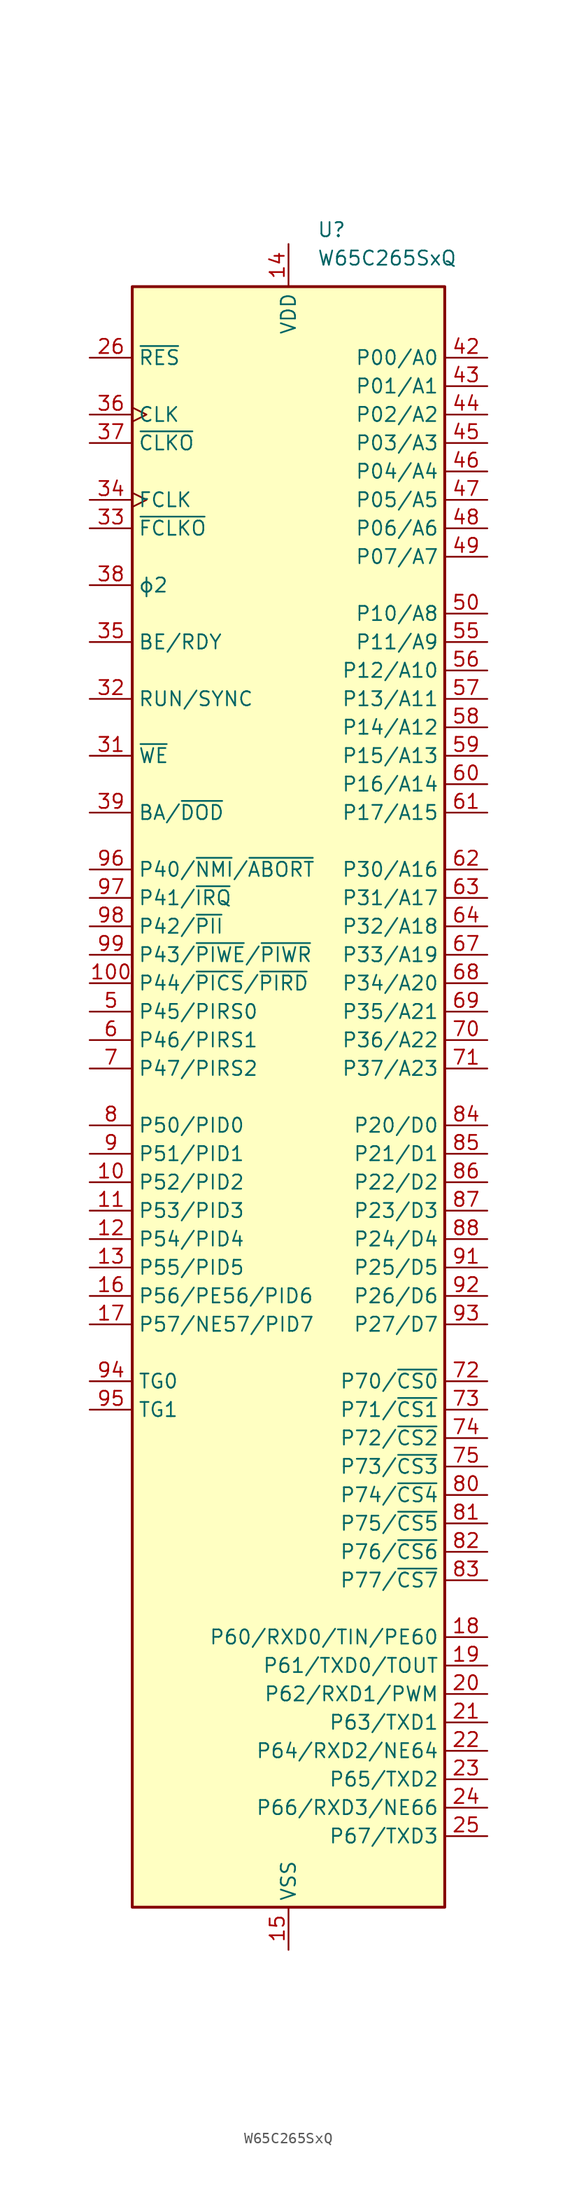
<source format=kicad_sym>
(kicad_symbol_lib
  (version 20220914)
  (generator kicad_symbol_editor)
  (symbol "W65C265SxQ"
    (property "Reference" "U"
      (at 2.54 77.47 0)
      (effects (font (size 1.27 1.27)) (justify left)))
    (property "Value" "W65C265SxQ"
      (at 2.54 74.93 0)
      (effects (font (size 1.27 1.27)) (justify left)))
    (symbol "W65C265SxQ_0_1"
      (rectangle (start -13.97 72.39) (end 13.97 -72.39) (stroke (width 0.254) (type default)) (fill (type background))))
    (symbol "W65C265SxQ_1_1"
      (pin no_connect non_logic (at -13.97 -30.48 0) (length 2.54) hide (name "nc" (effects (font (size 1.27 1.27)))) (number "1" (effects (font (size 1.27 1.27)))))
      (pin bidirectional line (at -17.78 -7.62 0) (length 3.81) (name "P52/PID2" (effects (font (size 1.27 1.27)))) (number "10" (effects (font (size 1.27 1.27)))))
      (pin bidirectional line (at -17.78 10.16 0) (length 3.81) (name "P44/~{PICS}/~{PIRD}" (effects (font (size 1.27 1.27)))) (number "100" (effects (font (size 1.27 1.27)))))
      (pin bidirectional line (at -17.78 -10.16 0) (length 3.81) (name "P53/PID3" (effects (font (size 1.27 1.27)))) (number "11" (effects (font (size 1.27 1.27)))))
      (pin bidirectional line (at -17.78 -12.7 0) (length 3.81) (name "P54/PID4" (effects (font (size 1.27 1.27)))) (number "12" (effects (font (size 1.27 1.27)))))
      (pin bidirectional line (at -17.78 -15.24 0) (length 3.81) (name "P55/PID5" (effects (font (size 1.27 1.27)))) (number "13" (effects (font (size 1.27 1.27)))))
      (pin power_in line (at 0 76.2 270) (length 3.81) (name "VDD" (effects (font (size 1.27 1.27)))) (number "14" (effects (font (size 1.27 1.27)))))
      (pin power_in line (at 0 -76.2 90) (length 3.81) (name "VSS" (effects (font (size 1.27 1.27)))) (number "15" (effects (font (size 1.27 1.27)))))
      (pin bidirectional line (at -17.78 -17.78 0) (length 3.81) (name "P56/PE56/PID6" (effects (font (size 1.27 1.27)))) (number "16" (effects (font (size 1.27 1.27)))))
      (pin bidirectional line (at -17.78 -20.32 0) (length 3.81) (name "P57/NE57/PID7" (effects (font (size 1.27 1.27)))) (number "17" (effects (font (size 1.27 1.27)))))
      (pin bidirectional line (at 17.78 -48.26 180) (length 3.81) (name "P60/RXD0/TIN/PE60" (effects (font (size 1.27 1.27)))) (number "18" (effects (font (size 1.27 1.27)))))
      (pin bidirectional line (at 17.78 -50.8 180) (length 3.81) (name "P61/TXD0/TOUT" (effects (font (size 1.27 1.27)))) (number "19" (effects (font (size 1.27 1.27)))))
      (pin no_connect non_logic (at -13.97 -33.02 0) (length 2.54) hide (name "nc" (effects (font (size 1.27 1.27)))) (number "2" (effects (font (size 1.27 1.27)))))
      (pin bidirectional line (at 17.78 -53.34 180) (length 3.81) (name "P62/RXD1/PWM" (effects (font (size 1.27 1.27)))) (number "20" (effects (font (size 1.27 1.27)))))
      (pin bidirectional line (at 17.78 -55.88 180) (length 3.81) (name "P63/TXD1" (effects (font (size 1.27 1.27)))) (number "21" (effects (font (size 1.27 1.27)))))
      (pin bidirectional line (at 17.78 -58.42 180) (length 3.81) (name "P64/RXD2/NE64" (effects (font (size 1.27 1.27)))) (number "22" (effects (font (size 1.27 1.27)))))
      (pin bidirectional line (at 17.78 -60.96 180) (length 3.81) (name "P65/TXD2" (effects (font (size 1.27 1.27)))) (number "23" (effects (font (size 1.27 1.27)))))
      (pin bidirectional line (at 17.78 -63.5 180) (length 3.81) (name "P66/RXD3/NE66" (effects (font (size 1.27 1.27)))) (number "24" (effects (font (size 1.27 1.27)))))
      (pin bidirectional line (at 17.78 -66.04 180) (length 3.81) (name "P67/TXD3" (effects (font (size 1.27 1.27)))) (number "25" (effects (font (size 1.27 1.27)))))
      (pin open_collector line (at -17.78 66.04 0) (length 3.81) (name "~{RES}" (effects (font (size 1.27 1.27)))) (number "26" (effects (font (size 1.27 1.27)))))
      (pin no_connect non_logic (at -13.97 -40.64 0) (length 2.54) hide (name "nc" (effects (font (size 1.27 1.27)))) (number "27" (effects (font (size 1.27 1.27)))))
      (pin no_connect non_logic (at -13.97 -43.18 0) (length 2.54) hide (name "nc" (effects (font (size 1.27 1.27)))) (number "28" (effects (font (size 1.27 1.27)))))
      (pin no_connect non_logic (at -13.97 -45.72 0) (length 2.54) hide (name "nc" (effects (font (size 1.27 1.27)))) (number "29" (effects (font (size 1.27 1.27)))))
      (pin no_connect non_logic (at -13.97 -35.56 0) (length 2.54) hide (name "nc" (effects (font (size 1.27 1.27)))) (number "3" (effects (font (size 1.27 1.27)))))
      (pin no_connect non_logic (at -13.97 -48.26 0) (length 2.54) hide (name "nc" (effects (font (size 1.27 1.27)))) (number "30" (effects (font (size 1.27 1.27)))))
      (pin bidirectional line (at -17.78 30.48 0) (length 3.81) (name "~{WE}" (effects (font (size 1.27 1.27)))) (number "31" (effects (font (size 1.27 1.27)))))
      (pin output line (at -17.78 35.56 0) (length 3.81) (name "RUN/SYNC" (effects (font (size 1.27 1.27)))) (number "32" (effects (font (size 1.27 1.27)))))
      (pin output line (at -17.78 50.8 0) (length 3.81) (name "~{FCLKO}" (effects (font (size 1.27 1.27)))) (number "33" (effects (font (size 1.27 1.27)))))
      (pin input clock (at -17.78 53.34 0) (length 3.81) (name "FCLK" (effects (font (size 1.27 1.27)))) (number "34" (effects (font (size 1.27 1.27)))))
      (pin input line (at -17.78 40.64 0) (length 3.81) (name "BE/RDY" (effects (font (size 1.27 1.27)))) (number "35" (effects (font (size 1.27 1.27)))))
      (pin input clock (at -17.78 60.96 0) (length 3.81) (name "CLK" (effects (font (size 1.27 1.27)))) (number "36" (effects (font (size 1.27 1.27)))))
      (pin output line (at -17.78 58.42 0) (length 3.81) (name "~{CLKO}" (effects (font (size 1.27 1.27)))) (number "37" (effects (font (size 1.27 1.27)))))
      (pin output line (at -17.78 45.72 0) (length 3.81) (name "ϕ2" (effects (font (size 1.27 1.27)))) (number "38" (effects (font (size 1.27 1.27)))))
      (pin output line (at -17.78 25.4 0) (length 3.81) (name "BA/~{DOD}" (effects (font (size 1.27 1.27)))) (number "39" (effects (font (size 1.27 1.27)))))
      (pin no_connect non_logic (at -13.97 -38.1 0) (length 2.54) hide (name "nc" (effects (font (size 1.27 1.27)))) (number "4" (effects (font (size 1.27 1.27)))))
      (pin passive line (at 0 -76.2 90) (length 3.81) hide (name "VSS" (effects (font (size 1.27 1.27)))) (number "40" (effects (font (size 1.27 1.27)))))
      (pin passive line (at 0 76.2 270) (length 3.81) hide (name "VDD" (effects (font (size 1.27 1.27)))) (number "41" (effects (font (size 1.27 1.27)))))
      (pin bidirectional line (at 17.78 66.04 180) (length 3.81) (name "P00/A0" (effects (font (size 1.27 1.27)))) (number "42" (effects (font (size 1.27 1.27)))))
      (pin bidirectional line (at 17.78 63.5 180) (length 3.81) (name "P01/A1" (effects (font (size 1.27 1.27)))) (number "43" (effects (font (size 1.27 1.27)))))
      (pin bidirectional line (at 17.78 60.96 180) (length 3.81) (name "P02/A2" (effects (font (size 1.27 1.27)))) (number "44" (effects (font (size 1.27 1.27)))))
      (pin bidirectional line (at 17.78 58.42 180) (length 3.81) (name "P03/A3" (effects (font (size 1.27 1.27)))) (number "45" (effects (font (size 1.27 1.27)))))
      (pin bidirectional line (at 17.78 55.88 180) (length 3.81) (name "P04/A4" (effects (font (size 1.27 1.27)))) (number "46" (effects (font (size 1.27 1.27)))))
      (pin bidirectional line (at 17.78 53.34 180) (length 3.81) (name "P05/A5" (effects (font (size 1.27 1.27)))) (number "47" (effects (font (size 1.27 1.27)))))
      (pin bidirectional line (at 17.78 50.8 180) (length 3.81) (name "P06/A6" (effects (font (size 1.27 1.27)))) (number "48" (effects (font (size 1.27 1.27)))))
      (pin bidirectional line (at 17.78 48.26 180) (length 3.81) (name "P07/A7" (effects (font (size 1.27 1.27)))) (number "49" (effects (font (size 1.27 1.27)))))
      (pin bidirectional line (at -17.78 7.62 0) (length 3.81) (name "P45/PIRS0" (effects (font (size 1.27 1.27)))) (number "5" (effects (font (size 1.27 1.27)))))
      (pin bidirectional line (at 17.78 43.18 180) (length 3.81) (name "P10/A8" (effects (font (size 1.27 1.27)))) (number "50" (effects (font (size 1.27 1.27)))))
      (pin no_connect non_logic (at -13.97 -50.8 0) (length 2.54) hide (name "nc" (effects (font (size 1.27 1.27)))) (number "51" (effects (font (size 1.27 1.27)))))
      (pin no_connect non_logic (at -13.97 -53.34 0) (length 2.54) hide (name "nc" (effects (font (size 1.27 1.27)))) (number "52" (effects (font (size 1.27 1.27)))))
      (pin no_connect non_logic (at -13.97 -55.88 0) (length 2.54) hide (name "nc" (effects (font (size 1.27 1.27)))) (number "53" (effects (font (size 1.27 1.27)))))
      (pin no_connect non_logic (at -13.97 -58.42 0) (length 2.54) hide (name "nc" (effects (font (size 1.27 1.27)))) (number "54" (effects (font (size 1.27 1.27)))))
      (pin bidirectional line (at 17.78 40.64 180) (length 3.81) (name "P11/A9" (effects (font (size 1.27 1.27)))) (number "55" (effects (font (size 1.27 1.27)))))
      (pin bidirectional line (at 17.78 38.1 180) (length 3.81) (name "P12/A10" (effects (font (size 1.27 1.27)))) (number "56" (effects (font (size 1.27 1.27)))))
      (pin bidirectional line (at 17.78 35.56 180) (length 3.81) (name "P13/A11" (effects (font (size 1.27 1.27)))) (number "57" (effects (font (size 1.27 1.27)))))
      (pin bidirectional line (at 17.78 33.02 180) (length 3.81) (name "P14/A12" (effects (font (size 1.27 1.27)))) (number "58" (effects (font (size 1.27 1.27)))))
      (pin bidirectional line (at 17.78 30.48 180) (length 3.81) (name "P15/A13" (effects (font (size 1.27 1.27)))) (number "59" (effects (font (size 1.27 1.27)))))
      (pin bidirectional line (at -17.78 5.08 0) (length 3.81) (name "P46/PIRS1" (effects (font (size 1.27 1.27)))) (number "6" (effects (font (size 1.27 1.27)))))
      (pin bidirectional line (at 17.78 27.94 180) (length 3.81) (name "P16/A14" (effects (font (size 1.27 1.27)))) (number "60" (effects (font (size 1.27 1.27)))))
      (pin bidirectional line (at 17.78 25.4 180) (length 3.81) (name "P17/A15" (effects (font (size 1.27 1.27)))) (number "61" (effects (font (size 1.27 1.27)))))
      (pin bidirectional line (at 17.78 20.32 180) (length 3.81) (name "P30/A16" (effects (font (size 1.27 1.27)))) (number "62" (effects (font (size 1.27 1.27)))))
      (pin bidirectional line (at 17.78 17.78 180) (length 3.81) (name "P31/A17" (effects (font (size 1.27 1.27)))) (number "63" (effects (font (size 1.27 1.27)))))
      (pin bidirectional line (at 17.78 15.24 180) (length 3.81) (name "P32/A18" (effects (font (size 1.27 1.27)))) (number "64" (effects (font (size 1.27 1.27)))))
      (pin passive line (at 0 -76.2 90) (length 3.81) hide (name "VSS" (effects (font (size 1.27 1.27)))) (number "65" (effects (font (size 1.27 1.27)))))
      (pin passive line (at 0 76.2 270) (length 3.81) hide (name "VDD" (effects (font (size 1.27 1.27)))) (number "66" (effects (font (size 1.27 1.27)))))
      (pin bidirectional line (at 17.78 12.7 180) (length 3.81) (name "P33/A19" (effects (font (size 1.27 1.27)))) (number "67" (effects (font (size 1.27 1.27)))))
      (pin bidirectional line (at 17.78 10.16 180) (length 3.81) (name "P34/A20" (effects (font (size 1.27 1.27)))) (number "68" (effects (font (size 1.27 1.27)))))
      (pin bidirectional line (at 17.78 7.62 180) (length 3.81) (name "P35/A21" (effects (font (size 1.27 1.27)))) (number "69" (effects (font (size 1.27 1.27)))))
      (pin bidirectional line (at -17.78 2.54 0) (length 3.81) (name "P47/PIRS2" (effects (font (size 1.27 1.27)))) (number "7" (effects (font (size 1.27 1.27)))))
      (pin bidirectional line (at 17.78 5.08 180) (length 3.81) (name "P36/A22" (effects (font (size 1.27 1.27)))) (number "70" (effects (font (size 1.27 1.27)))))
      (pin bidirectional line (at 17.78 2.54 180) (length 3.81) (name "P37/A23" (effects (font (size 1.27 1.27)))) (number "71" (effects (font (size 1.27 1.27)))))
      (pin bidirectional line (at 17.78 -25.4 180) (length 3.81) (name "P70/~{CS0}" (effects (font (size 1.27 1.27)))) (number "72" (effects (font (size 1.27 1.27)))))
      (pin bidirectional line (at 17.78 -27.94 180) (length 3.81) (name "P71/~{CS1}" (effects (font (size 1.27 1.27)))) (number "73" (effects (font (size 1.27 1.27)))))
      (pin bidirectional line (at 17.78 -30.48 180) (length 3.81) (name "P72/~{CS2}" (effects (font (size 1.27 1.27)))) (number "74" (effects (font (size 1.27 1.27)))))
      (pin bidirectional line (at 17.78 -33.02 180) (length 3.81) (name "P73/~{CS3}" (effects (font (size 1.27 1.27)))) (number "75" (effects (font (size 1.27 1.27)))))
      (pin no_connect non_logic (at -13.97 -60.96 0) (length 2.54) hide (name "nc" (effects (font (size 1.27 1.27)))) (number "76" (effects (font (size 1.27 1.27)))))
      (pin no_connect non_logic (at -13.97 -63.5 0) (length 2.54) hide (name "nc" (effects (font (size 1.27 1.27)))) (number "77" (effects (font (size 1.27 1.27)))))
      (pin no_connect non_logic (at -13.97 -66.04 0) (length 2.54) hide (name "nc" (effects (font (size 1.27 1.27)))) (number "78" (effects (font (size 1.27 1.27)))))
      (pin no_connect non_logic (at -13.97 -68.58 0) (length 2.54) hide (name "nc" (effects (font (size 1.27 1.27)))) (number "79" (effects (font (size 1.27 1.27)))))
      (pin bidirectional line (at -17.78 -2.54 0) (length 3.81) (name "P50/PID0" (effects (font (size 1.27 1.27)))) (number "8" (effects (font (size 1.27 1.27)))))
      (pin bidirectional line (at 17.78 -35.56 180) (length 3.81) (name "P74/~{CS4}" (effects (font (size 1.27 1.27)))) (number "80" (effects (font (size 1.27 1.27)))))
      (pin bidirectional line (at 17.78 -38.1 180) (length 3.81) (name "P75/~{CS5}" (effects (font (size 1.27 1.27)))) (number "81" (effects (font (size 1.27 1.27)))))
      (pin bidirectional line (at 17.78 -40.64 180) (length 3.81) (name "P76/~{CS6}" (effects (font (size 1.27 1.27)))) (number "82" (effects (font (size 1.27 1.27)))))
      (pin bidirectional line (at 17.78 -43.18 180) (length 3.81) (name "P77/~{CS7}" (effects (font (size 1.27 1.27)))) (number "83" (effects (font (size 1.27 1.27)))))
      (pin bidirectional line (at 17.78 -2.54 180) (length 3.81) (name "P20/D0" (effects (font (size 1.27 1.27)))) (number "84" (effects (font (size 1.27 1.27)))))
      (pin bidirectional line (at 17.78 -5.08 180) (length 3.81) (name "P21/D1" (effects (font (size 1.27 1.27)))) (number "85" (effects (font (size 1.27 1.27)))))
      (pin bidirectional line (at 17.78 -7.62 180) (length 3.81) (name "P22/D2" (effects (font (size 1.27 1.27)))) (number "86" (effects (font (size 1.27 1.27)))))
      (pin bidirectional line (at 17.78 -10.16 180) (length 3.81) (name "P23/D3" (effects (font (size 1.27 1.27)))) (number "87" (effects (font (size 1.27 1.27)))))
      (pin bidirectional line (at 17.78 -12.7 180) (length 3.81) (name "P24/D4" (effects (font (size 1.27 1.27)))) (number "88" (effects (font (size 1.27 1.27)))))
      (pin passive line (at 0 76.2 270) (length 3.81) hide (name "VDD" (effects (font (size 1.27 1.27)))) (number "89" (effects (font (size 1.27 1.27)))))
      (pin bidirectional line (at -17.78 -5.08 0) (length 3.81) (name "P51/PID1" (effects (font (size 1.27 1.27)))) (number "9" (effects (font (size 1.27 1.27)))))
      (pin passive line (at 0 -76.2 90) (length 3.81) hide (name "VSS" (effects (font (size 1.27 1.27)))) (number "90" (effects (font (size 1.27 1.27)))))
      (pin bidirectional line (at 17.78 -15.24 180) (length 3.81) (name "P25/D5" (effects (font (size 1.27 1.27)))) (number "91" (effects (font (size 1.27 1.27)))))
      (pin bidirectional line (at 17.78 -17.78 180) (length 3.81) (name "P26/D6" (effects (font (size 1.27 1.27)))) (number "92" (effects (font (size 1.27 1.27)))))
      (pin bidirectional line (at 17.78 -20.32 180) (length 3.81) (name "P27/D7" (effects (font (size 1.27 1.27)))) (number "93" (effects (font (size 1.27 1.27)))))
      (pin output line (at -17.78 -25.4 0) (length 3.81) (name "TG0" (effects (font (size 1.27 1.27)))) (number "94" (effects (font (size 1.27 1.27)))))
      (pin output line (at -17.78 -27.94 0) (length 3.81) (name "TG1" (effects (font (size 1.27 1.27)))) (number "95" (effects (font (size 1.27 1.27)))))
      (pin bidirectional line (at -17.78 20.32 0) (length 3.81) (name "P40/~{NMI}/~{ABORT}" (effects (font (size 1.27 1.27)))) (number "96" (effects (font (size 1.27 1.27)))))
      (pin bidirectional line (at -17.78 17.78 0) (length 3.81) (name "P41/~{IRQ}" (effects (font (size 1.27 1.27)))) (number "97" (effects (font (size 1.27 1.27)))))
      (pin bidirectional line (at -17.78 15.24 0) (length 3.81) (name "P42/~{PII}" (effects (font (size 1.27 1.27)))) (number "98" (effects (font (size 1.27 1.27)))))
      (pin bidirectional line (at -17.78 12.7 0) (length 3.81) (name "P43/~{PIWE}/~{PIWR}" (effects (font (size 1.27 1.27)))) (number "99" (effects (font (size 1.27 1.27))))))))
</source>
